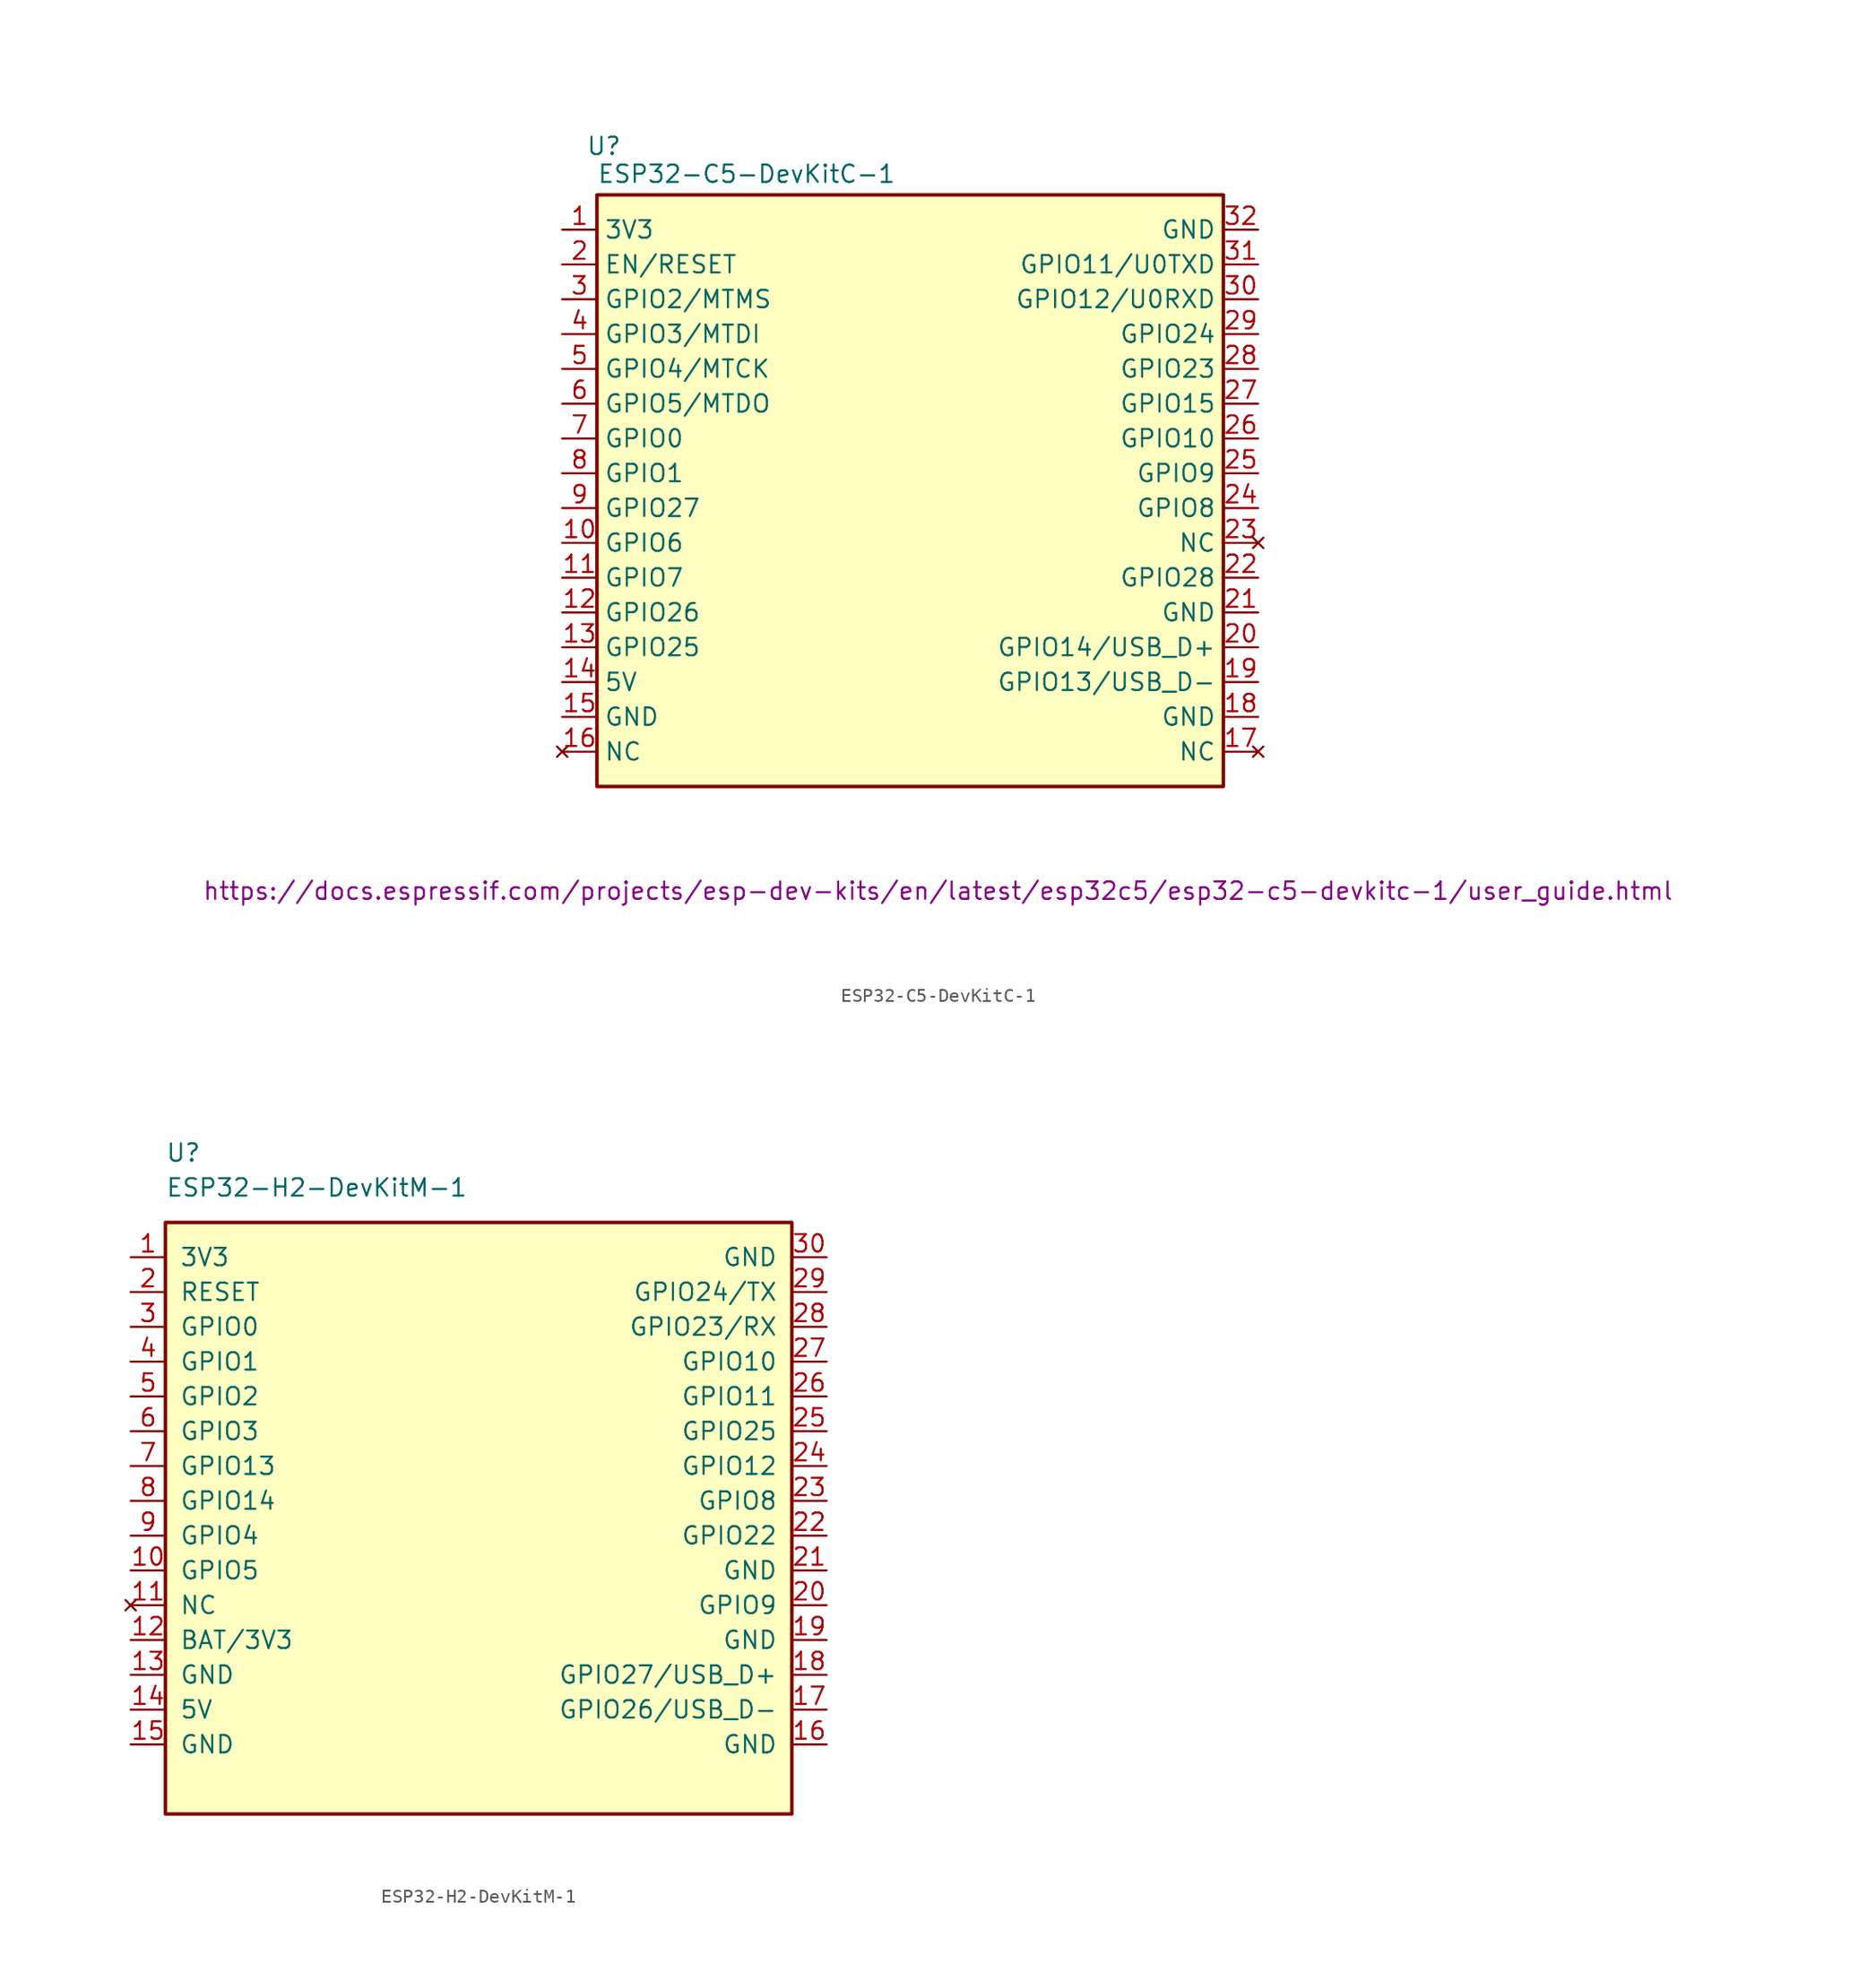
<source format=kicad_sym>
(kicad_symbol_lib
  (version 20231120)
  (generator "kicad_symbol_editor")
  (generator_version "8.0")
  (symbol "ESP32-C5-DevKitC-1"
    (property "Reference" "U"
      (at -22.352 -0.254 0)
      (effects (font (size 1.27 1.27))))
    (property "Value" "ESP32-C5-DevKitC-1"
      (at -11.938 -2.286 0)
      (effects (font (size 1.27 1.27))))
    (property "Datasheet" "https://docs.espressif.com/projects/esp-dev-kits/en/latest/esp32c5/esp32-c5-devkitc-1/user_guide.html"
      (at 2.032 -54.61 0)
      (effects (font (size 1.27 1.27))))
    (symbol "ESP32-C5-DevKitC-1_0_1"
      (rectangle (start -22.86 -3.81) (end 22.86 -46.99) (stroke (width 0.254) (type default)) (fill (type background))))
    (symbol "ESP32-C5-DevKitC-1_1_0"
      (pin power_in line (at -25.4 -39.37 0) (length 2.54) (name "5V" (effects (font (size 1.27 1.27)))) (number "14" (effects (font (size 1.27 1.27)))))
      (pin input line (at -25.4 -8.89 0) (length 2.54) (name "EN/RESET" (effects (font (size 1.27 1.27)))) (number "2" (effects (font (size 1.27 1.27))))))
    (symbol "ESP32-C5-DevKitC-1_1_1"
      (pin power_in line (at -25.4 -6.35 0) (length 2.54) (name "3V3" (effects (font (size 1.27 1.27)))) (number "1" (effects (font (size 1.27 1.27)))))
      (pin bidirectional line (at -25.4 -29.21 0) (length 2.54) (name "GPIO6" (effects (font (size 1.27 1.27)))) (number "10" (effects (font (size 1.27 1.27)))))
      (pin bidirectional line (at -25.4 -31.75 0) (length 2.54) (name "GPIO7" (effects (font (size 1.27 1.27)))) (number "11" (effects (font (size 1.27 1.27)))))
      (pin bidirectional line (at -25.4 -34.29 0) (length 2.54) (name "GPIO26" (effects (font (size 1.27 1.27)))) (number "12" (effects (font (size 1.27 1.27)))) (alternate "GPIO2/ADC1_CH2" bidirectional line) (alternate "GPIO2/FSPIQ" bidirectional line) (alternate "GPIO2/LP_GPIO2" bidirectional line) (alternate "GPIO2/LP_UART_RTSN" bidirectional line))
      (pin bidirectional line (at -25.4 -36.83 0) (length 2.54) (name "GPIO25" (effects (font (size 1.27 1.27)))) (number "13" (effects (font (size 1.27 1.27)))) (alternate "GPIO3/ADC1_CH3" bidirectional line) (alternate "GPIO3/LP_GPIO3" bidirectional line) (alternate "GPIO3/LP_UART_CTSN" bidirectional line))
      (pin power_in line (at -25.4 -41.91 0) (length 2.54) (name "GND" (effects (font (size 1.27 1.27)))) (number "15" (effects (font (size 1.27 1.27)))))
      (pin no_connect line (at -25.4 -44.45 0) (length 2.54) (name "NC" (effects (font (size 1.27 1.27)))) (number "16" (effects (font (size 1.27 1.27)))))
      (pin no_connect line (at 25.4 -44.45 180) (length 2.54) (name "NC" (effects (font (size 1.27 1.27)))) (number "17" (effects (font (size 1.27 1.27)))))
      (pin power_in line (at 25.4 -41.91 180) (length 2.54) (name "GND" (effects (font (size 1.27 1.27)))) (number "18" (effects (font (size 1.27 1.27)))))
      (pin bidirectional line (at 25.4 -39.37 180) (length 2.54) (name "GPIO13/USB_D-" (effects (font (size 1.27 1.27)))) (number "19" (effects (font (size 1.27 1.27)))) (alternate "GPIO12" bidirectional line))
      (pin bidirectional line (at 25.4 -36.83 180) (length 2.54) (name "GPIO14/USB_D+" (effects (font (size 1.27 1.27)))) (number "20" (effects (font (size 1.27 1.27)))) (alternate "GPIO13" bidirectional line))
      (pin power_in line (at 25.4 -34.29 180) (length 2.54) (name "GND" (effects (font (size 1.27 1.27)))) (number "21" (effects (font (size 1.27 1.27)))))
      (pin bidirectional line (at 25.4 -31.75 180) (length 2.54) (name "GPIO28" (effects (font (size 1.27 1.27)))) (number "22" (effects (font (size 1.27 1.27)))))
      (pin no_connect line (at 25.4 -29.21 180) (length 2.54) (name "NC" (effects (font (size 1.27 1.27)))) (number "23" (effects (font (size 1.27 1.27)))) (alternate "GPIO18/FSPICS2" bidirectional line) (alternate "GPIO18/SDIO_CMD" bidirectional line))
      (pin bidirectional line (at 25.4 -26.67 180) (length 2.54) (name "GPIO8" (effects (font (size 1.27 1.27)))) (number "24" (effects (font (size 1.27 1.27)))) (alternate "GPIO19/FSPICS3" bidirectional line) (alternate "GPIO19/SDIO_CLK" bidirectional line))
      (pin bidirectional line (at 25.4 -24.13 180) (length 2.54) (name "GPIO9" (effects (font (size 1.27 1.27)))) (number "25" (effects (font (size 1.27 1.27)))) (alternate "GPIO20/FSPICS4" bidirectional line) (alternate "GPIO20/SDIO_DATA0" bidirectional line))
      (pin bidirectional line (at 25.4 -21.59 180) (length 2.54) (name "GPIO10" (effects (font (size 1.27 1.27)))) (number "26" (effects (font (size 1.27 1.27)))) (alternate "GPIO21/FSPICS5" bidirectional line) (alternate "GPIO21/SDIO_DATA1" bidirectional line))
      (pin bidirectional line (at 25.4 -19.05 180) (length 2.54) (name "GPIO15" (effects (font (size 1.27 1.27)))) (number "27" (effects (font (size 1.27 1.27)))) (alternate "GPIO22/SDIO_DATA2" bidirectional line))
      (pin bidirectional line (at 25.4 -16.51 180) (length 2.54) (name "GPIO23" (effects (font (size 1.27 1.27)))) (number "28" (effects (font (size 1.27 1.27)))) (alternate "GPIO23/SDIO_DATA3" bidirectional line))
      (pin bidirectional line (at 25.4 -13.97 180) (length 2.54) (name "GPIO24" (effects (font (size 1.27 1.27)))) (number "29" (effects (font (size 1.27 1.27)))))
      (pin bidirectional line (at -25.4 -11.43 0) (length 2.54) (name "GPIO2/MTMS" (effects (font (size 1.27 1.27)))) (number "3" (effects (font (size 1.27 1.27)))) (alternate "GPIO4" bidirectional line) (alternate "GPIO4/ADC1_CH4" bidirectional line) (alternate "GPIO4/FSPIHD" bidirectional line) (alternate "GPIO4/LP_GPIO4" bidirectional line) (alternate "GPIO4/LP_UART_RXD" bidirectional line))
      (pin bidirectional line (at 25.4 -11.43 180) (length 2.54) (name "GPIO12/U0RXD" (effects (font (size 1.27 1.27)))) (number "30" (effects (font (size 1.27 1.27)))) (alternate "GPIO17" bidirectional line) (alternate "GPIO17/FSPICS1" bidirectional line))
      (pin bidirectional line (at 25.4 -8.89 180) (length 2.54) (name "GPIO11/U0TXD" (effects (font (size 1.27 1.27)))) (number "31" (effects (font (size 1.27 1.27)))) (alternate "GPIO16" bidirectional line) (alternate "GPIO16/FSPICS0" bidirectional line))
      (pin power_in line (at 25.4 -6.35 180) (length 2.54) (name "GND" (effects (font (size 1.27 1.27)))) (number "32" (effects (font (size 1.27 1.27)))))
      (pin bidirectional line (at -25.4 -13.97 0) (length 2.54) (name "GPIO3/MTDI" (effects (font (size 1.27 1.27)))) (number "4" (effects (font (size 1.27 1.27)))) (alternate "GPIO5" bidirectional line) (alternate "GPIO5/ADC1_CH5" bidirectional line) (alternate "GPIO5/FSPIWP" bidirectional line) (alternate "GPIO5/LP_GPIO5" bidirectional line) (alternate "GPIO5/LP_UART_TXD" bidirectional line))
      (pin bidirectional line (at -25.4 -16.51 0) (length 2.54) (name "GPIO4/MTCK" (effects (font (size 1.27 1.27)))) (number "5" (effects (font (size 1.27 1.27)))) (alternate "GPIO6/ADC1_CH6" bidirectional line) (alternate "GPIO6/FSPICLK" bidirectional line) (alternate "GPIO6/LP_GPIO6" bidirectional line) (alternate "GPIO6/LP_I2C_SDA" bidirectional line) (alternate "GPIO6/MTCK" bidirectional line))
      (pin bidirectional line (at -25.4 -19.05 0) (length 2.54) (name "GPIO5/MTDO" (effects (font (size 1.27 1.27)))) (number "6" (effects (font (size 1.27 1.27)))))
      (pin bidirectional line (at -25.4 -21.59 0) (length 2.54) (name "GPIO0" (effects (font (size 1.27 1.27)))) (number "7" (effects (font (size 1.27 1.27)))) (alternate "GPIO0/ADC1_CH0" bidirectional line) (alternate "GPIO0/LP_GPIO0" bidirectional line) (alternate "GPIO0/LP_UART_DTRN" bidirectional line) (alternate "GPIO0/XTAL_32K_P" bidirectional line))
      (pin bidirectional line (at -25.4 -24.13 0) (length 2.54) (name "GPIO1" (effects (font (size 1.27 1.27)))) (number "8" (effects (font (size 1.27 1.27)))) (alternate "GPIO1/ADC1_CH1" bidirectional line) (alternate "GPIO1/LP_GPIO1" bidirectional line) (alternate "GPIO1/LP_UART_DSRN" bidirectional line) (alternate "GPIO1/XTAL_32K_N" bidirectional line))
      (pin bidirectional line (at -25.4 -26.67 0) (length 2.54) (name "GPIO27" (effects (font (size 1.27 1.27)))) (number "9" (effects (font (size 1.27 1.27)))))))
  (symbol "ESP32-H2-DevKitM-1"
    (pin_names
      (offset 1.016))
    (property "Reference" "U"
      (at -22.86 25.4 0)
      (effects (font (size 1.27 1.27)) (justify left)))
    (property "Value" "ESP32-H2-DevKitM-1"
      (at -22.86 22.86 0)
      (effects (font (size 1.27 1.27)) (justify left)))
    (symbol "ESP32-H2-DevKitM-1_0_1"
      (rectangle (start -22.86 20.32) (end 22.86 -22.86) (stroke (width 0.254) (type default)) (fill (type background))))
    (symbol "ESP32-H2-DevKitM-1_1_0"
      (pin power_in line (at -25.4 -15.24 0) (length 2.54) (name "5V" (effects (font (size 1.27 1.27)))) (number "14" (effects (font (size 1.27 1.27)))))
      (pin input line (at -25.4 15.24 0) (length 2.54) (name "RESET" (effects (font (size 1.27 1.27)))) (number "2" (effects (font (size 1.27 1.27)))))
      (pin passive line (at 25.4 17.78 180) (length 2.54) (name "GND" (effects (font (size 1.27 1.27)))) (number "30" (effects (font (size 1.27 1.27))))))
    (symbol "ESP32-H2-DevKitM-1_1_1"
      (pin power_in line (at -25.4 17.78 0) (length 2.54) (name "3V3" (effects (font (size 1.27 1.27)))) (number "1" (effects (font (size 1.27 1.27)))))
      (pin bidirectional line (at -25.4 -5.08 0) (length 2.54) (name "GPIO5" (effects (font (size 1.27 1.27)))) (number "10" (effects (font (size 1.27 1.27)))) (alternate "GPIO6/ADC1_CH6" bidirectional line) (alternate "GPIO6/FSPICLK" bidirectional line) (alternate "GPIO6/LP_GPIO6" bidirectional line) (alternate "GPIO6/LP_I2C_SDA" bidirectional line) (alternate "GPIO6/MTCK" bidirectional line))
      (pin no_connect line (at -25.4 -7.62 0) (length 2.54) (name "NC" (effects (font (size 1.27 1.27)))) (number "11" (effects (font (size 1.27 1.27)))))
      (pin power_in line (at -25.4 -10.16 0) (length 2.54) (name "BAT/3V3" (effects (font (size 1.27 1.27)))) (number "12" (effects (font (size 1.27 1.27)))))
      (pin passive line (at -25.4 -12.7 0) (length 2.54) (name "GND" (effects (font (size 1.27 1.27)))) (number "13" (effects (font (size 1.27 1.27)))))
      (pin passive line (at -25.4 -17.78 0) (length 2.54) (name "GND" (effects (font (size 1.27 1.27)))) (number "15" (effects (font (size 1.27 1.27)))))
      (pin passive line (at 25.4 -17.78 180) (length 2.54) (name "GND" (effects (font (size 1.27 1.27)))) (number "16" (effects (font (size 1.27 1.27)))))
      (pin bidirectional line (at 25.4 -15.24 180) (length 2.54) (name "GPIO26/USB_D-" (effects (font (size 1.27 1.27)))) (number "17" (effects (font (size 1.27 1.27)))) (alternate "GPIO12" bidirectional line))
      (pin bidirectional line (at 25.4 -12.7 180) (length 2.54) (name "GPIO27/USB_D+" (effects (font (size 1.27 1.27)))) (number "18" (effects (font (size 1.27 1.27)))) (alternate "GPIO13" bidirectional line))
      (pin passive line (at 25.4 -10.16 180) (length 2.54) (name "GND" (effects (font (size 1.27 1.27)))) (number "19" (effects (font (size 1.27 1.27)))))
      (pin bidirectional line (at 25.4 -7.62 180) (length 2.54) (name "GPIO9" (effects (font (size 1.27 1.27)))) (number "20" (effects (font (size 1.27 1.27)))))
      (pin passive line (at 25.4 -5.08 180) (length 2.54) (name "GND" (effects (font (size 1.27 1.27)))) (number "21" (effects (font (size 1.27 1.27)))))
      (pin bidirectional line (at 25.4 -2.54 180) (length 2.54) (name "GPIO22" (effects (font (size 1.27 1.27)))) (number "22" (effects (font (size 1.27 1.27)))) (alternate "GPIO18/FSPICS2" bidirectional line) (alternate "GPIO18/SDIO_CMD" bidirectional line))
      (pin bidirectional line (at 25.4 0 180) (length 2.54) (name "GPIO8" (effects (font (size 1.27 1.27)))) (number "23" (effects (font (size 1.27 1.27)))) (alternate "GPIO19/FSPICS3" bidirectional line) (alternate "GPIO19/SDIO_CLK" bidirectional line))
      (pin bidirectional line (at 25.4 2.54 180) (length 2.54) (name "GPIO12" (effects (font (size 1.27 1.27)))) (number "24" (effects (font (size 1.27 1.27)))) (alternate "GPIO20/FSPICS4" bidirectional line) (alternate "GPIO20/SDIO_DATA0" bidirectional line))
      (pin bidirectional line (at 25.4 5.08 180) (length 2.54) (name "GPIO25" (effects (font (size 1.27 1.27)))) (number "25" (effects (font (size 1.27 1.27)))) (alternate "GPIO21/FSPICS5" bidirectional line) (alternate "GPIO21/SDIO_DATA1" bidirectional line))
      (pin bidirectional line (at 25.4 7.62 180) (length 2.54) (name "GPIO11" (effects (font (size 1.27 1.27)))) (number "26" (effects (font (size 1.27 1.27)))) (alternate "GPIO22/SDIO_DATA2" bidirectional line))
      (pin bidirectional line (at 25.4 10.16 180) (length 2.54) (name "GPIO10" (effects (font (size 1.27 1.27)))) (number "27" (effects (font (size 1.27 1.27)))) (alternate "GPIO23/SDIO_DATA3" bidirectional line))
      (pin bidirectional line (at 25.4 12.7 180) (length 2.54) (name "GPIO23/RX" (effects (font (size 1.27 1.27)))) (number "28" (effects (font (size 1.27 1.27)))) (alternate "GPIO17" bidirectional line) (alternate "GPIO17/FSPICS1" bidirectional line))
      (pin bidirectional line (at 25.4 15.24 180) (length 2.54) (name "GPIO24/TX" (effects (font (size 1.27 1.27)))) (number "29" (effects (font (size 1.27 1.27)))) (alternate "GPIO16" bidirectional line) (alternate "GPIO16/FSPICS0" bidirectional line))
      (pin bidirectional line (at -25.4 12.7 0) (length 2.54) (name "GPIO0" (effects (font (size 1.27 1.27)))) (number "3" (effects (font (size 1.27 1.27)))) (alternate "GPIO2/ADC1_CH2" bidirectional line) (alternate "GPIO2/FSPIQ" bidirectional line) (alternate "GPIO2/LP_GPIO2" bidirectional line) (alternate "GPIO2/LP_UART_RTSN" bidirectional line))
      (pin bidirectional line (at -25.4 10.16 0) (length 2.54) (name "GPIO1" (effects (font (size 1.27 1.27)))) (number "4" (effects (font (size 1.27 1.27)))) (alternate "GPIO3/ADC1_CH3" bidirectional line) (alternate "GPIO3/LP_GPIO3" bidirectional line) (alternate "GPIO3/LP_UART_CTSN" bidirectional line))
      (pin bidirectional line (at -25.4 7.62 0) (length 2.54) (name "GPIO2" (effects (font (size 1.27 1.27)))) (number "5" (effects (font (size 1.27 1.27)))) (alternate "GPIO4" bidirectional line) (alternate "GPIO4/ADC1_CH4" bidirectional line) (alternate "GPIO4/FSPIHD" bidirectional line) (alternate "GPIO4/LP_GPIO4" bidirectional line) (alternate "GPIO4/LP_UART_RXD" bidirectional line))
      (pin bidirectional line (at -25.4 5.08 0) (length 2.54) (name "GPIO3" (effects (font (size 1.27 1.27)))) (number "6" (effects (font (size 1.27 1.27)))) (alternate "GPIO5" bidirectional line) (alternate "GPIO5/ADC1_CH5" bidirectional line) (alternate "GPIO5/FSPIWP" bidirectional line) (alternate "GPIO5/LP_GPIO5" bidirectional line) (alternate "GPIO5/LP_UART_TXD" bidirectional line))
      (pin bidirectional line (at -25.4 2.54 0) (length 2.54) (name "GPIO13" (effects (font (size 1.27 1.27)))) (number "7" (effects (font (size 1.27 1.27)))) (alternate "GPIO0/ADC1_CH0" bidirectional line) (alternate "GPIO0/LP_GPIO0" bidirectional line) (alternate "GPIO0/LP_UART_DTRN" bidirectional line) (alternate "GPIO0/XTAL_32K_P" bidirectional line))
      (pin bidirectional line (at -25.4 0 0) (length 2.54) (name "GPIO14" (effects (font (size 1.27 1.27)))) (number "8" (effects (font (size 1.27 1.27)))) (alternate "GPIO1/ADC1_CH1" bidirectional line) (alternate "GPIO1/LP_GPIO1" bidirectional line) (alternate "GPIO1/LP_UART_DSRN" bidirectional line) (alternate "GPIO1/XTAL_32K_N" bidirectional line))
      (pin bidirectional line (at -25.4 -2.54 0) (length 2.54) (name "GPIO4" (effects (font (size 1.27 1.27)))) (number "9" (effects (font (size 1.27 1.27))))))))
</source>
